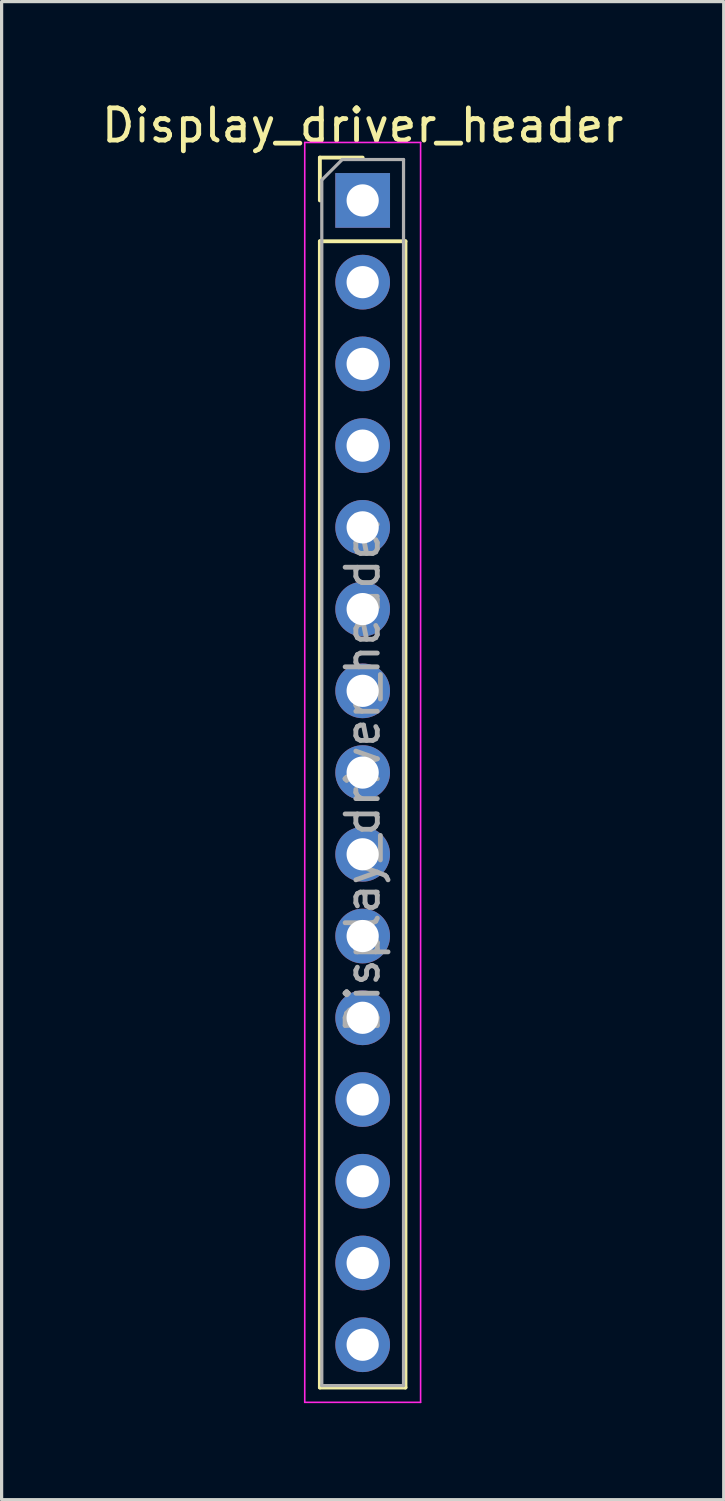
<source format=kicad_pcb>
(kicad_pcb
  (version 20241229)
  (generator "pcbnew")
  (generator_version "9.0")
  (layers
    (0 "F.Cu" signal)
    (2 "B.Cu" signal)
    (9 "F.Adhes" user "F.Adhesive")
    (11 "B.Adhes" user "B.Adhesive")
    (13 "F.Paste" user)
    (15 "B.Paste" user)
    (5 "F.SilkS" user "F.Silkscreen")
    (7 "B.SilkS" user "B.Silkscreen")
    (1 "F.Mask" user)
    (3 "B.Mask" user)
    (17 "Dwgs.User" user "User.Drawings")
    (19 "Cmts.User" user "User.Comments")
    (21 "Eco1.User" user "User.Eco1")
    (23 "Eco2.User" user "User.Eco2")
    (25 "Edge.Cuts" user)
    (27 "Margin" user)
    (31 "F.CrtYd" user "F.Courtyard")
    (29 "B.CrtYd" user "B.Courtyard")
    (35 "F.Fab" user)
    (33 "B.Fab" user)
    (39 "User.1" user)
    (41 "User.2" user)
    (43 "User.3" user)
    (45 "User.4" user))
  (footprint "Display_driver_header"
    (layer "F.Cu")
    (at 8.22 3.178)
    (property "Reference" "Display_driver_header" (at 0 -2.33 0) (layer "F.SilkS") (effects (font (size 1 1) (thickness 0.15))))
    (attr through_hole)
    (fp_line (start -1.33 -1.33) (end 0 -1.33) (stroke (width 0.12) (type solid)) (layer "F.SilkS"))
    (fp_line (start -1.33 0) (end -1.33 -1.33) (stroke (width 0.12) (type solid)) (layer "F.SilkS"))
    (fp_line (start -1.33 1.27) (end -1.33 36.89) (stroke (width 0.12) (type solid)) (layer "F.SilkS"))
    (fp_line (start -1.33 1.27) (end 1.33 1.27) (stroke (width 0.12) (type solid)) (layer "F.SilkS"))
    (fp_line (start -1.33 36.89) (end 1.33 36.89) (stroke (width 0.12) (type solid)) (layer "F.SilkS"))
    (fp_line (start 1.33 1.27) (end 1.33 36.89) (stroke (width 0.12) (type solid)) (layer "F.SilkS"))
    (fp_line (start -1.8 -1.8) (end -1.8 37.35) (stroke (width 0.05) (type solid)) (layer "F.CrtYd"))
    (fp_line (start -1.8 37.35) (end 1.8 37.35) (stroke (width 0.05) (type solid)) (layer "F.CrtYd"))
    (fp_line (start 1.8 -1.8) (end -1.8 -1.8) (stroke (width 0.05) (type solid)) (layer "F.CrtYd"))
    (fp_line (start 1.8 37.35) (end 1.8 -1.8) (stroke (width 0.05) (type solid)) (layer "F.CrtYd"))
    (fp_line (start -1.27 -0.635) (end -0.635 -1.27) (stroke (width 0.1) (type solid)) (layer "F.Fab"))
    (fp_line (start -1.27 36.83) (end -1.27 -0.635) (stroke (width 0.1) (type solid)) (layer "F.Fab"))
    (fp_line (start -0.635 -1.27) (end 1.27 -1.27) (stroke (width 0.1) (type solid)) (layer "F.Fab"))
    (fp_line (start 1.27 -1.27) (end 1.27 36.83) (stroke (width 0.1) (type solid)) (layer "F.Fab"))
    (fp_line (start 1.27 36.83) (end -1.27 36.83) (stroke (width 0.1) (type solid)) (layer "F.Fab"))
    (fp_text user "${REFERENCE}" (at 0 17.78 90) (layer "F.Fab") (effects (font (size 1 1) (thickness 0.15))))
    (pad "1" thru_hole rect (at 0 0) (size 1.7 1.7) (drill 1) (layers "*.Cu" "*.Mask"))
    (pad "2" thru_hole oval (at 0 2.54) (size 1.7 1.7) (drill 1) (layers "*.Cu" "*.Mask"))
    (pad "3" thru_hole oval (at 0 5.08) (size 1.7 1.7) (drill 1) (layers "*.Cu" "*.Mask"))
    (pad "4" thru_hole oval (at 0 7.62) (size 1.7 1.7) (drill 1) (layers "*.Cu" "*.Mask"))
    (pad "5" thru_hole oval (at 0 10.16) (size 1.7 1.7) (drill 1) (layers "*.Cu" "*.Mask"))
    (pad "6" thru_hole oval (at 0 12.7) (size 1.7 1.7) (drill 1) (layers "*.Cu" "*.Mask"))
    (pad "7" thru_hole oval (at 0 15.24) (size 1.7 1.7) (drill 1) (layers "*.Cu" "*.Mask"))
    (pad "8" thru_hole oval (at 0 17.78) (size 1.7 1.7) (drill 1) (layers "*.Cu" "*.Mask"))
    (pad "9" thru_hole oval (at 0 20.32) (size 1.7 1.7) (drill 1) (layers "*.Cu" "*.Mask"))
    (pad "10" thru_hole oval (at 0 22.86) (size 1.7 1.7) (drill 1) (layers "*.Cu" "*.Mask"))
    (pad "11" thru_hole oval (at 0 25.4) (size 1.7 1.7) (drill 1) (layers "*.Cu" "*.Mask"))
    (pad "12" thru_hole oval (at 0 27.94) (size 1.7 1.7) (drill 1) (layers "*.Cu" "*.Mask"))
    (pad "13" thru_hole oval (at 0 30.48) (size 1.7 1.7) (drill 1) (layers "*.Cu" "*.Mask"))
    (pad "14" thru_hole oval (at 0 33.02) (size 1.7 1.7) (drill 1) (layers "*.Cu" "*.Mask"))
    (pad "15" thru_hole oval (at 0 35.56) (size 1.7 1.7) (drill 1) (layers "*.Cu" "*.Mask")))
  (gr_rect
    (start -3 -3)
    (end 19.44 43.553)
    (stroke (width 0.1) (type default))
    (fill no)
    (layer "Edge.Cuts")))
</source>
